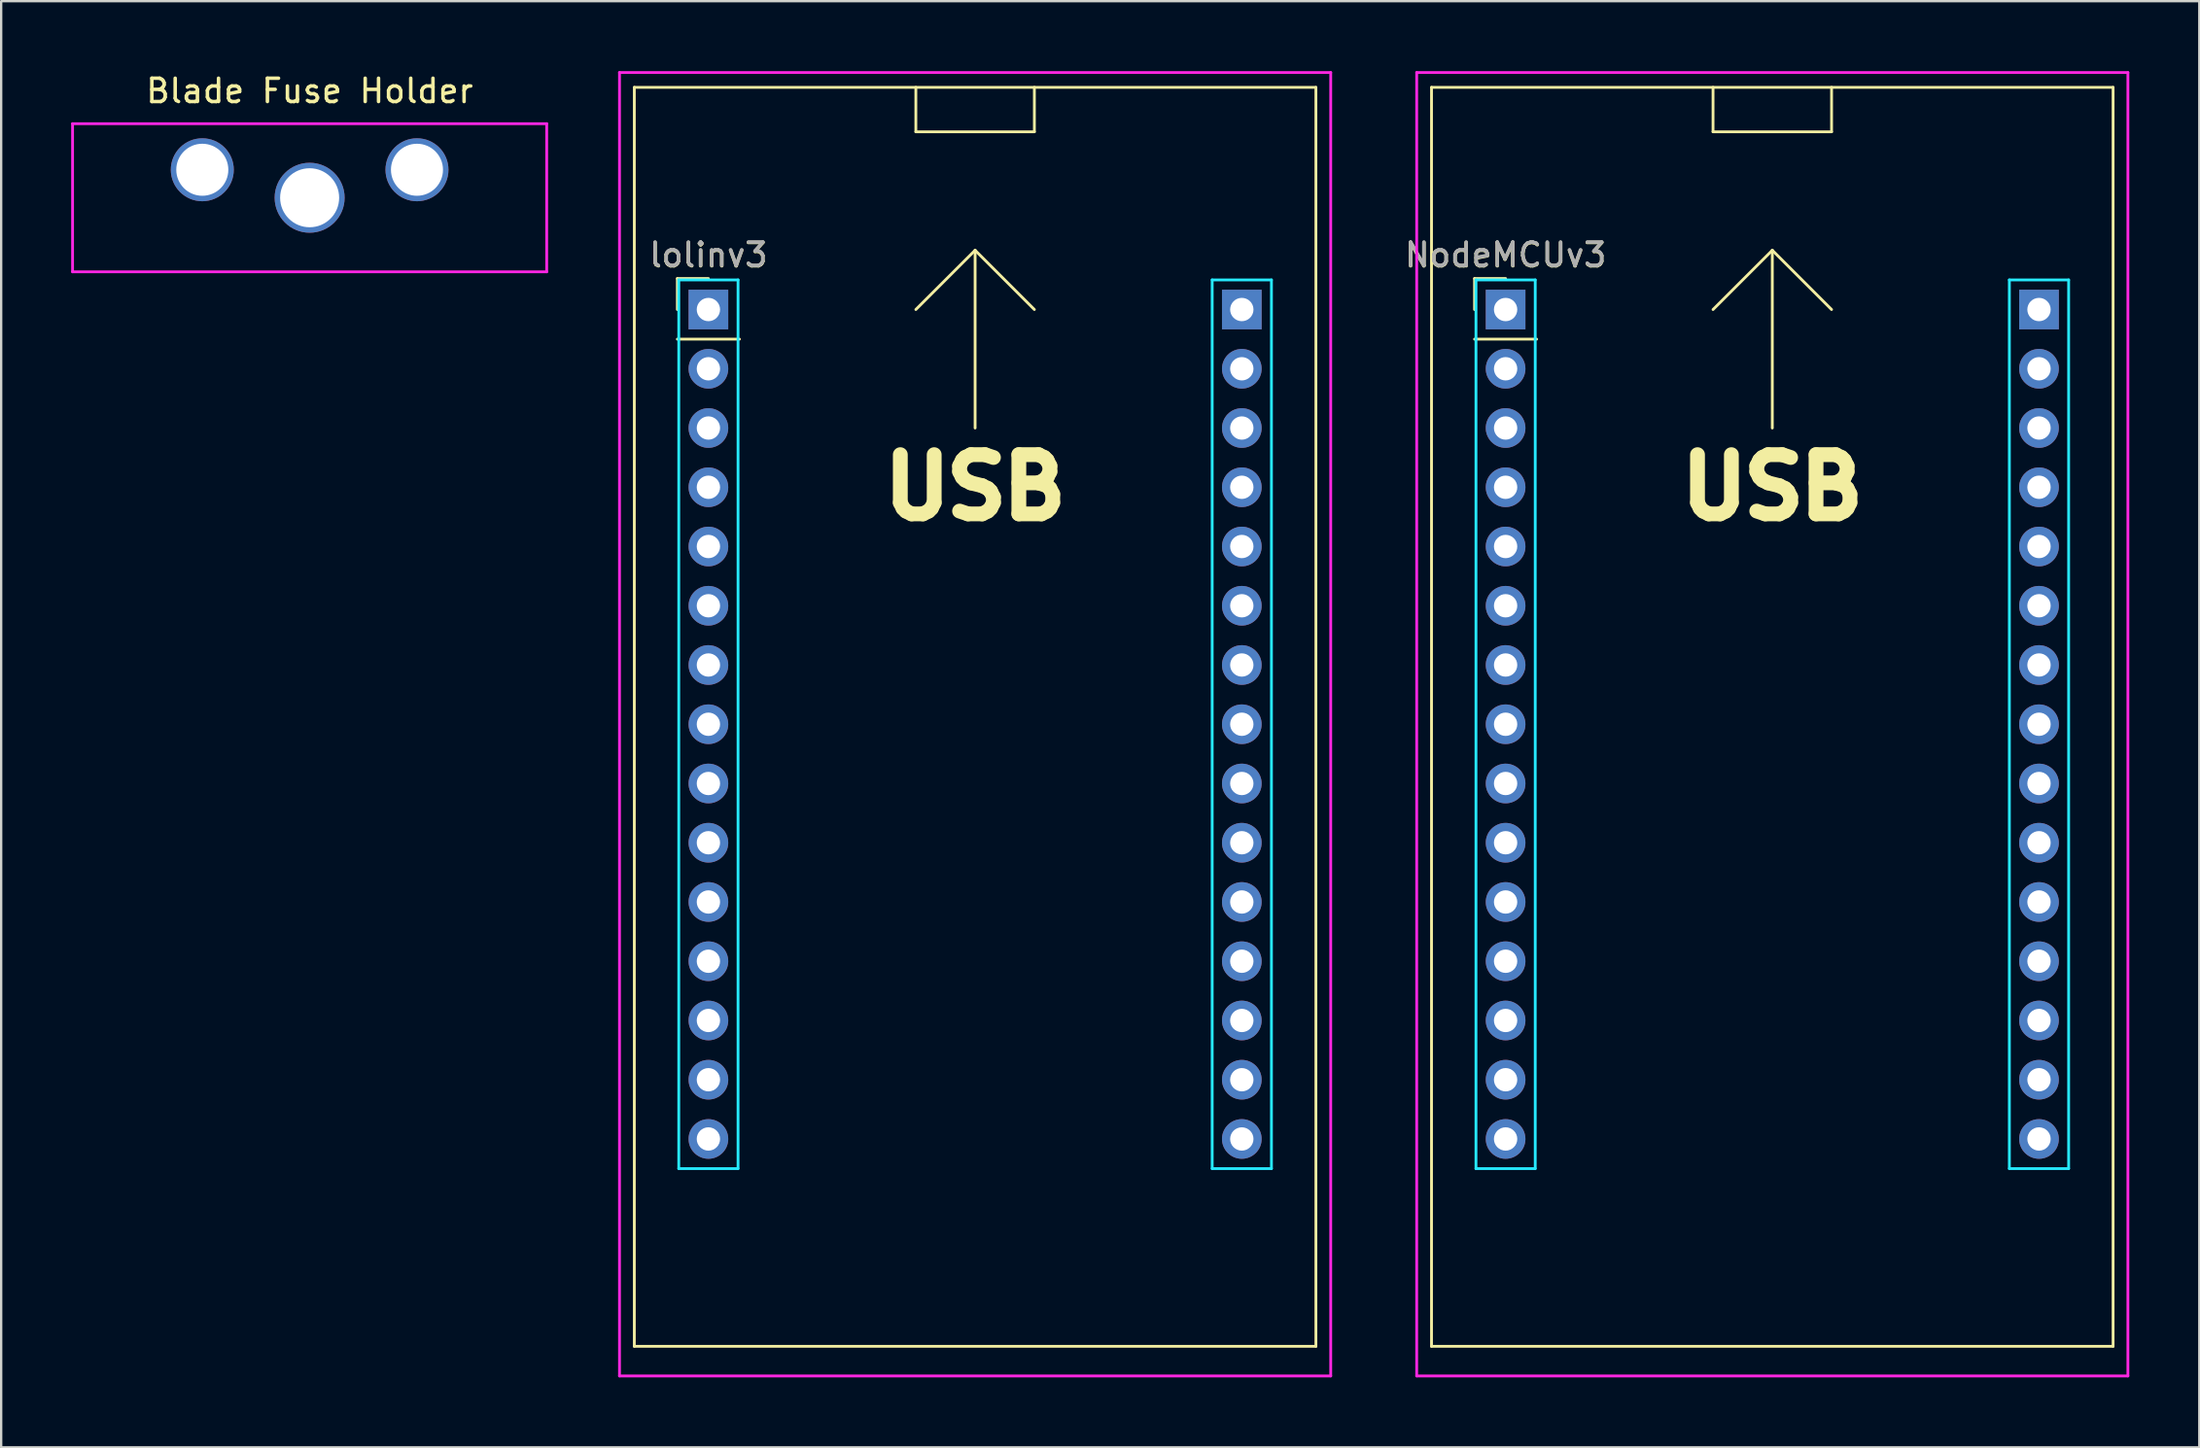
<source format=kicad_pcb>
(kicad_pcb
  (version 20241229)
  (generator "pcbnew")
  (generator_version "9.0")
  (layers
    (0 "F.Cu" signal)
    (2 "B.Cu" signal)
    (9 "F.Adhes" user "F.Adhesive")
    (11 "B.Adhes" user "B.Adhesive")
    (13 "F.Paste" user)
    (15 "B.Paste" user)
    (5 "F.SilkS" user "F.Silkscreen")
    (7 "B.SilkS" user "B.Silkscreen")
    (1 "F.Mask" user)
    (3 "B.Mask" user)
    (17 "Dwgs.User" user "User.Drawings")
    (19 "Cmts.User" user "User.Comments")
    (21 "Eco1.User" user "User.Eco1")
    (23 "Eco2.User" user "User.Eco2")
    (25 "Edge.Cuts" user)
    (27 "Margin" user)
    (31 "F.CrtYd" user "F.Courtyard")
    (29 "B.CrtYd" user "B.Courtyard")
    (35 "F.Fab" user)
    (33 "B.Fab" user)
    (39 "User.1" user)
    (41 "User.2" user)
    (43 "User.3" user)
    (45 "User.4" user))
  (footprint "lolinv3"
    (layer "F.Cu")
    (at 27.31 10.22)
    (property "Reference" "lolinv3" (at 0 -2.33 0) (layer "F.SilkS") (effects (font (size 1 1) (thickness 0.15))))
    (attr through_hole)
    (fp_line (start -3.175 -9.525) (end -3.175 44.45) (stroke (width 0.12) (type solid)) (layer "F.SilkS"))
    (fp_line (start -3.175 44.45) (end 26.035 44.45) (stroke (width 0.12) (type solid)) (layer "F.SilkS"))
    (fp_line (start -1.33 -1.33) (end 0 -1.33) (stroke (width 0.12) (type solid)) (layer "F.SilkS"))
    (fp_line (start -1.33 0) (end -1.33 -1.33) (stroke (width 0.12) (type solid)) (layer "F.SilkS"))
    (fp_line (start -1.33 1.27) (end 1.33 1.27) (stroke (width 0.12) (type solid)) (layer "F.SilkS"))
    (fp_line (start 8.89 -7.62) (end 8.89 -9.525) (stroke (width 0.12) (type solid)) (layer "F.SilkS"))
    (fp_line (start 8.89 -7.62) (end 13.97 -7.62) (stroke (width 0.12) (type solid)) (layer "F.SilkS"))
    (fp_line (start 11.43 -2.54) (end 8.89 0) (stroke (width 0.12) (type solid)) (layer "F.SilkS"))
    (fp_line (start 11.43 -2.54) (end 13.97 0) (stroke (width 0.12) (type solid)) (layer "F.SilkS"))
    (fp_line (start 11.43 5.08) (end 11.43 -2.54) (stroke (width 0.12) (type solid)) (layer "F.SilkS"))
    (fp_line (start 13.97 -7.62) (end 13.97 -9.525) (stroke (width 0.12) (type solid)) (layer "F.SilkS"))
    (fp_line (start 26.035 -9.525) (end -3.175 -9.525) (stroke (width 0.12) (type solid)) (layer "F.SilkS"))
    (fp_line (start 26.035 44.45) (end 26.035 -9.525) (stroke (width 0.12) (type solid)) (layer "F.SilkS"))
    (fp_line (start -1.27 -1.27) (end -1.27 36.83) (stroke (width 0.12) (type solid)) (layer "B.CrtYd"))
    (fp_line (start -1.27 36.83) (end 1.27 36.83) (stroke (width 0.12) (type solid)) (layer "B.CrtYd"))
    (fp_line (start 1.27 -1.27) (end -1.27 -1.27) (stroke (width 0.12) (type solid)) (layer "B.CrtYd"))
    (fp_line (start 1.27 36.83) (end 1.27 -1.27) (stroke (width 0.12) (type solid)) (layer "B.CrtYd"))
    (fp_line (start 21.59 -1.27) (end 21.59 36.83) (stroke (width 0.12) (type solid)) (layer "B.CrtYd"))
    (fp_line (start 21.59 36.83) (end 24.13 36.83) (stroke (width 0.12) (type solid)) (layer "B.CrtYd"))
    (fp_line (start 24.13 -1.27) (end 21.59 -1.27) (stroke (width 0.12) (type solid)) (layer "B.CrtYd"))
    (fp_line (start 24.13 36.83) (end 24.13 -1.27) (stroke (width 0.12) (type solid)) (layer "B.CrtYd"))
    (fp_line (start -3.81 -10.16) (end -3.81 45.72) (stroke (width 0.12) (type solid)) (layer "F.CrtYd"))
    (fp_line (start -3.81 -10.16) (end 26.67 -10.16) (stroke (width 0.12) (type solid)) (layer "F.CrtYd"))
    (fp_line (start -3.81 45.72) (end 26.67 45.72) (stroke (width 0.12) (type solid)) (layer "F.CrtYd"))
    (fp_line (start 26.67 -10.16) (end 26.67 45.72) (stroke (width 0.12) (type solid)) (layer "F.CrtYd"))
    (fp_text user "USB" (at 11.43 7.62 0) (layer "F.SilkS") (effects (font (size 2.54 2.54) (thickness 0.635))))
    (fp_text user "${REFERENCE}" (at 0 -2.349 180) (layer "F.Fab") (effects (font (size 1 1) (thickness 0.15))))
    (pad "1" thru_hole rect (at 0 0) (size 1.7 1.7) (drill 1) (layers "*.Cu" "*.Mask"))
    (pad "2" thru_hole oval (at 0 2.54) (size 1.7 1.7) (drill 1) (layers "*.Cu" "*.Mask"))
    (pad "3" thru_hole oval (at 0 5.08) (size 1.7 1.7) (drill 1) (layers "*.Cu" "*.Mask"))
    (pad "4" thru_hole oval (at 0 7.62) (size 1.7 1.7) (drill 1) (layers "*.Cu" "*.Mask"))
    (pad "5" thru_hole oval (at 0 10.16) (size 1.7 1.7) (drill 1) (layers "*.Cu" "*.Mask"))
    (pad "6" thru_hole oval (at 0 12.7) (size 1.7 1.7) (drill 1) (layers "*.Cu" "*.Mask"))
    (pad "7" thru_hole oval (at 0 15.24) (size 1.7 1.7) (drill 1) (layers "*.Cu" "*.Mask"))
    (pad "8" thru_hole oval (at 0 17.78) (size 1.7 1.7) (drill 1) (layers "*.Cu" "*.Mask"))
    (pad "9" thru_hole oval (at 0 20.32) (size 1.7 1.7) (drill 1) (layers "*.Cu" "*.Mask"))
    (pad "10" thru_hole oval (at 0 22.86) (size 1.7 1.7) (drill 1) (layers "*.Cu" "*.Mask"))
    (pad "11" thru_hole oval (at 0 25.4) (size 1.7 1.7) (drill 1) (layers "*.Cu" "*.Mask"))
    (pad "12" thru_hole oval (at 0 27.94) (size 1.7 1.7) (drill 1) (layers "*.Cu" "*.Mask"))
    (pad "13" thru_hole oval (at 0 30.48) (size 1.7 1.7) (drill 1) (layers "*.Cu" "*.Mask"))
    (pad "14" thru_hole oval (at 0 33.02) (size 1.7 1.7) (drill 1) (layers "*.Cu" "*.Mask"))
    (pad "15" thru_hole oval (at 0 35.56) (size 1.7 1.7) (drill 1) (layers "*.Cu" "*.Mask"))
    (pad "16" thru_hole oval (at 22.86 35.56) (size 1.7 1.7) (drill 1) (layers "*.Cu" "*.Mask"))
    (pad "17" thru_hole oval (at 22.86 33.02) (size 1.7 1.7) (drill 1) (layers "*.Cu" "*.Mask"))
    (pad "18" thru_hole oval (at 22.86 30.48) (size 1.7 1.7) (drill 1) (layers "*.Cu" "*.Mask"))
    (pad "19" thru_hole oval (at 22.86 27.94) (size 1.7 1.7) (drill 1) (layers "*.Cu" "*.Mask"))
    (pad "20" thru_hole oval (at 22.86 25.4) (size 1.7 1.7) (drill 1) (layers "*.Cu" "*.Mask"))
    (pad "21" thru_hole oval (at 22.86 22.86) (size 1.7 1.7) (drill 1) (layers "*.Cu" "*.Mask"))
    (pad "22" thru_hole oval (at 22.86 20.32) (size 1.7 1.7) (drill 1) (layers "*.Cu" "*.Mask"))
    (pad "23" thru_hole oval (at 22.86 17.78) (size 1.7 1.7) (drill 1) (layers "*.Cu" "*.Mask"))
    (pad "24" thru_hole oval (at 22.86 15.24) (size 1.7 1.7) (drill 1) (layers "*.Cu" "*.Mask"))
    (pad "25" thru_hole oval (at 22.86 12.7) (size 1.7 1.7) (drill 1) (layers "*.Cu" "*.Mask"))
    (pad "26" thru_hole oval (at 22.86 10.16) (size 1.7 1.7) (drill 1) (layers "*.Cu" "*.Mask"))
    (pad "27" thru_hole oval (at 22.86 7.62) (size 1.7 1.7) (drill 1) (layers "*.Cu" "*.Mask"))
    (pad "28" thru_hole oval (at 22.86 5.08) (size 1.7 1.7) (drill 1) (layers "*.Cu" "*.Mask"))
    (pad "29" thru_hole oval (at 22.86 2.54) (size 1.7 1.7) (drill 1) (layers "*.Cu" "*.Mask"))
    (pad "30" thru_hole rect (at 22.86 0) (size 1.7 1.7) (drill 1) (layers "*.Cu" "*.Mask")))
  (footprint "Blade Fuse Holder"
    (layer "F.Cu")
    (at 10.22 5.428)
    (property "Reference" "Blade Fuse Holder" (at 0 -4.58 0) (layer "F.SilkS") (effects (font (size 1 1) (thickness 0.15))))
    (attr through_hole)
    (fp_line (start -10.16 -3.175) (end 10.16 -3.175) (stroke (width 0.12) (type solid)) (layer "F.CrtYd"))
    (fp_line (start -10.16 3.175) (end -10.16 -3.175) (stroke (width 0.12) (type solid)) (layer "F.CrtYd"))
    (fp_line (start 10.16 -3.175) (end 10.16 3.175) (stroke (width 0.12) (type solid)) (layer "F.CrtYd"))
    (fp_line (start 10.16 3.175) (end -10.16 3.175) (stroke (width 0.12) (type solid)) (layer "F.CrtYd"))
    (pad "" thru_hole circle (at 0 0) (size 3 3) (drill 2.53) (layers "*.Cu" "*.Mask"))
    (pad "1" thru_hole circle (at -4.6 -1.2) (size 2.7 2.7) (drill 2.23) (layers "*.Cu" "*.Mask"))
    (pad "2" thru_hole circle (at 4.6 -1.2) (size 2.7 2.7) (drill 2.23) (layers "*.Cu" "*.Mask")))
  (footprint "NodeMCUv3"
    (layer "F.Cu")
    (at 61.475 10.22)
    (property "Reference" "NodeMCUv3" (at 0 -2.33 0) (layer "F.SilkS") (effects (font (size 1 1) (thickness 0.15))))
    (attr through_hole)
    (fp_line (start -3.175 -9.525) (end -3.175 44.45) (stroke (width 0.12) (type solid)) (layer "F.SilkS"))
    (fp_line (start -3.175 44.45) (end 26.035 44.45) (stroke (width 0.12) (type solid)) (layer "F.SilkS"))
    (fp_line (start -1.33 -1.33) (end 0 -1.33) (stroke (width 0.12) (type solid)) (layer "F.SilkS"))
    (fp_line (start -1.33 0) (end -1.33 -1.33) (stroke (width 0.12) (type solid)) (layer "F.SilkS"))
    (fp_line (start -1.33 1.27) (end 1.33 1.27) (stroke (width 0.12) (type solid)) (layer "F.SilkS"))
    (fp_line (start 8.89 -7.62) (end 8.89 -9.525) (stroke (width 0.12) (type solid)) (layer "F.SilkS"))
    (fp_line (start 8.89 -7.62) (end 13.97 -7.62) (stroke (width 0.12) (type solid)) (layer "F.SilkS"))
    (fp_line (start 11.43 -2.54) (end 8.89 0) (stroke (width 0.12) (type solid)) (layer "F.SilkS"))
    (fp_line (start 11.43 -2.54) (end 13.97 0) (stroke (width 0.12) (type solid)) (layer "F.SilkS"))
    (fp_line (start 11.43 5.08) (end 11.43 -2.54) (stroke (width 0.12) (type solid)) (layer "F.SilkS"))
    (fp_line (start 13.97 -7.62) (end 13.97 -9.525) (stroke (width 0.12) (type solid)) (layer "F.SilkS"))
    (fp_line (start 26.035 -9.525) (end -3.175 -9.525) (stroke (width 0.12) (type solid)) (layer "F.SilkS"))
    (fp_line (start 26.035 44.45) (end 26.035 -9.525) (stroke (width 0.12) (type solid)) (layer "F.SilkS"))
    (fp_line (start -1.27 -1.27) (end -1.27 36.83) (stroke (width 0.12) (type solid)) (layer "B.CrtYd"))
    (fp_line (start -1.27 36.83) (end 1.27 36.83) (stroke (width 0.12) (type solid)) (layer "B.CrtYd"))
    (fp_line (start 1.27 -1.27) (end -1.27 -1.27) (stroke (width 0.12) (type solid)) (layer "B.CrtYd"))
    (fp_line (start 1.27 36.83) (end 1.27 -1.27) (stroke (width 0.12) (type solid)) (layer "B.CrtYd"))
    (fp_line (start 21.59 -1.27) (end 21.59 36.83) (stroke (width 0.12) (type solid)) (layer "B.CrtYd"))
    (fp_line (start 21.59 36.83) (end 24.13 36.83) (stroke (width 0.12) (type solid)) (layer "B.CrtYd"))
    (fp_line (start 24.13 -1.27) (end 21.59 -1.27) (stroke (width 0.12) (type solid)) (layer "B.CrtYd"))
    (fp_line (start 24.13 36.83) (end 24.13 -1.27) (stroke (width 0.12) (type solid)) (layer "B.CrtYd"))
    (fp_line (start -3.81 -10.16) (end -3.81 45.72) (stroke (width 0.12) (type solid)) (layer "F.CrtYd"))
    (fp_line (start -3.81 -10.16) (end 26.67 -10.16) (stroke (width 0.12) (type solid)) (layer "F.CrtYd"))
    (fp_line (start -3.81 45.72) (end 26.67 45.72) (stroke (width 0.12) (type solid)) (layer "F.CrtYd"))
    (fp_line (start 26.67 -10.16) (end 26.67 45.72) (stroke (width 0.12) (type solid)) (layer "F.CrtYd"))
    (fp_text user "USB" (at 11.43 7.62 0) (layer "F.SilkS") (effects (font (size 2.54 2.54) (thickness 0.635))))
    (fp_text user "${REFERENCE}" (at 0 -2.349 180) (layer "F.Fab") (effects (font (size 1 1) (thickness 0.15))))
    (pad "1" thru_hole rect (at 0 0) (size 1.7 1.7) (drill 1) (layers "*.Cu" "*.Mask"))
    (pad "2" thru_hole oval (at 0 2.54) (size 1.7 1.7) (drill 1) (layers "*.Cu" "*.Mask"))
    (pad "3" thru_hole oval (at 0 5.08) (size 1.7 1.7) (drill 1) (layers "*.Cu" "*.Mask"))
    (pad "4" thru_hole oval (at 0 7.62) (size 1.7 1.7) (drill 1) (layers "*.Cu" "*.Mask"))
    (pad "5" thru_hole oval (at 0 10.16) (size 1.7 1.7) (drill 1) (layers "*.Cu" "*.Mask"))
    (pad "6" thru_hole oval (at 0 12.7) (size 1.7 1.7) (drill 1) (layers "*.Cu" "*.Mask"))
    (pad "7" thru_hole oval (at 0 15.24) (size 1.7 1.7) (drill 1) (layers "*.Cu" "*.Mask"))
    (pad "8" thru_hole oval (at 0 17.78) (size 1.7 1.7) (drill 1) (layers "*.Cu" "*.Mask"))
    (pad "9" thru_hole oval (at 0 20.32) (size 1.7 1.7) (drill 1) (layers "*.Cu" "*.Mask"))
    (pad "10" thru_hole oval (at 0 22.86) (size 1.7 1.7) (drill 1) (layers "*.Cu" "*.Mask"))
    (pad "11" thru_hole oval (at 0 25.4) (size 1.7 1.7) (drill 1) (layers "*.Cu" "*.Mask"))
    (pad "12" thru_hole oval (at 0 27.94) (size 1.7 1.7) (drill 1) (layers "*.Cu" "*.Mask"))
    (pad "13" thru_hole oval (at 0 30.48) (size 1.7 1.7) (drill 1) (layers "*.Cu" "*.Mask"))
    (pad "14" thru_hole oval (at 0 33.02) (size 1.7 1.7) (drill 1) (layers "*.Cu" "*.Mask"))
    (pad "15" thru_hole oval (at 0 35.56) (size 1.7 1.7) (drill 1) (layers "*.Cu" "*.Mask"))
    (pad "16" thru_hole oval (at 22.86 35.56) (size 1.7 1.7) (drill 1) (layers "*.Cu" "*.Mask"))
    (pad "17" thru_hole oval (at 22.86 33.02) (size 1.7 1.7) (drill 1) (layers "*.Cu" "*.Mask"))
    (pad "18" thru_hole oval (at 22.86 30.48) (size 1.7 1.7) (drill 1) (layers "*.Cu" "*.Mask"))
    (pad "19" thru_hole oval (at 22.86 27.94) (size 1.7 1.7) (drill 1) (layers "*.Cu" "*.Mask"))
    (pad "20" thru_hole oval (at 22.86 25.4) (size 1.7 1.7) (drill 1) (layers "*.Cu" "*.Mask"))
    (pad "21" thru_hole oval (at 22.86 22.86) (size 1.7 1.7) (drill 1) (layers "*.Cu" "*.Mask"))
    (pad "22" thru_hole oval (at 22.86 20.32) (size 1.7 1.7) (drill 1) (layers "*.Cu" "*.Mask"))
    (pad "23" thru_hole oval (at 22.86 17.78) (size 1.7 1.7) (drill 1) (layers "*.Cu" "*.Mask"))
    (pad "24" thru_hole oval (at 22.86 15.24) (size 1.7 1.7) (drill 1) (layers "*.Cu" "*.Mask"))
    (pad "25" thru_hole oval (at 22.86 12.7) (size 1.7 1.7) (drill 1) (layers "*.Cu" "*.Mask"))
    (pad "26" thru_hole oval (at 22.86 10.16) (size 1.7 1.7) (drill 1) (layers "*.Cu" "*.Mask"))
    (pad "27" thru_hole oval (at 22.86 7.62) (size 1.7 1.7) (drill 1) (layers "*.Cu" "*.Mask"))
    (pad "28" thru_hole oval (at 22.86 5.08) (size 1.7 1.7) (drill 1) (layers "*.Cu" "*.Mask"))
    (pad "29" thru_hole oval (at 22.86 2.54) (size 1.7 1.7) (drill 1) (layers "*.Cu" "*.Mask"))
    (pad "30" thru_hole rect (at 22.86 0) (size 1.7 1.7) (drill 1) (layers "*.Cu" "*.Mask")))
  (gr_rect
    (start -3 -3)
    (end 91.205 59)
    (stroke (width 0.1) (type default))
    (fill no)
    (layer "Edge.Cuts")))
</source>
